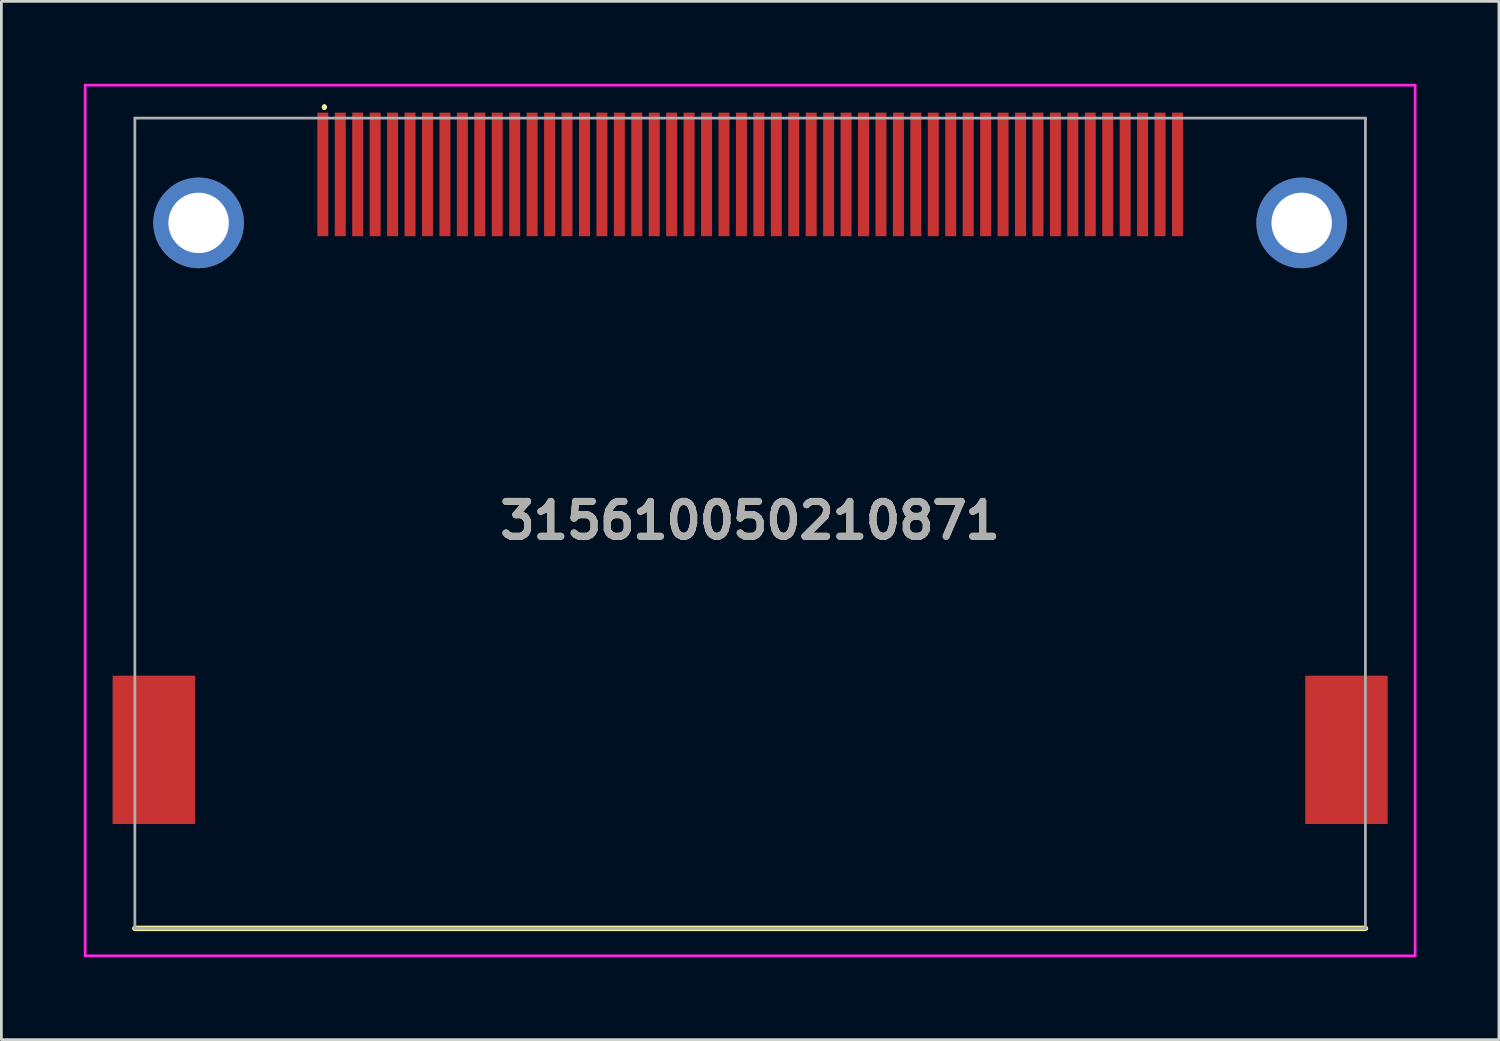
<source format=kicad_pcb>
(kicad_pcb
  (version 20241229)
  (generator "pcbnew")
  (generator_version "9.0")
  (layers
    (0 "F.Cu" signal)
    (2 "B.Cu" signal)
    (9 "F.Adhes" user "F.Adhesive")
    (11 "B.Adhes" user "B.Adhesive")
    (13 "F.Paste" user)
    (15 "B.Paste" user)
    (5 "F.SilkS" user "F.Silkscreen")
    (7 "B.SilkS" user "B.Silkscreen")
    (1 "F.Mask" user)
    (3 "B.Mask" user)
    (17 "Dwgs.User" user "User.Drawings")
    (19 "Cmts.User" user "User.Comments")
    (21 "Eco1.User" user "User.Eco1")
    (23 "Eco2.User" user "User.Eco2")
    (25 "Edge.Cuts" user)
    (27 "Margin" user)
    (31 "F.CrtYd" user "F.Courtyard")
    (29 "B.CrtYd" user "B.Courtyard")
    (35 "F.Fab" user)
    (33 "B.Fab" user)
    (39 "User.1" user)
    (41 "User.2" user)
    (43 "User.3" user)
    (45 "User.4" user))
  (footprint "315610050210871"
    (layer "F.Cu")
    (at 24.26 16)
    (property "Reference" "315610050210871" (at 0 -0.1 0) (layer "F.SilkS") (effects (font (size 1.27 1.27) (thickness 0.254))))
    (attr through_hole)
    (fp_line (start -22.4 14.75) (end 22.4 14.75) (stroke (width 0.2) (type solid)) (layer "F.SilkS"))
    (fp_line (start -15.5 -15.2) (end -15.5 -15.2) (stroke (width 0.1) (type solid)) (layer "F.SilkS"))
    (fp_line (start -15.5 -15.1) (end -15.5 -15.1) (stroke (width 0.1) (type solid)) (layer "F.SilkS"))
    (fp_arc (start -15.5 -15.2) (mid -15.45 -15.15) (end -15.5 -15.1) (stroke (width 0.1) (type solid)) (layer "F.SilkS"))
    (fp_arc (start -15.5 -15.1) (mid -15.55 -15.15) (end -15.5 -15.2) (stroke (width 0.1) (type solid)) (layer "F.SilkS"))
    (fp_line (start -24.21 -15.95) (end 24.21 -15.95) (stroke (width 0.1) (type solid)) (layer "F.CrtYd"))
    (fp_line (start -24.21 15.75) (end -24.21 -15.95) (stroke (width 0.1) (type solid)) (layer "F.CrtYd"))
    (fp_line (start 24.21 -15.95) (end 24.21 15.75) (stroke (width 0.1) (type solid)) (layer "F.CrtYd"))
    (fp_line (start 24.21 15.75) (end -24.21 15.75) (stroke (width 0.1) (type solid)) (layer "F.CrtYd"))
    (fp_line (start -22.4 -14.75) (end 22.4 -14.75) (stroke (width 0.1) (type solid)) (layer "F.Fab"))
    (fp_line (start -22.4 14.75) (end -22.4 -14.75) (stroke (width 0.1) (type solid)) (layer "F.Fab"))
    (fp_line (start 22.4 -14.75) (end 22.4 14.75) (stroke (width 0.1) (type solid)) (layer "F.Fab"))
    (fp_line (start 22.4 14.75) (end -22.4 14.75) (stroke (width 0.1) (type solid)) (layer "F.Fab"))
    (fp_text user "${REFERENCE}" (at 0 -0.1 0) (layer "F.Fab") (effects (font (size 1.27 1.27) (thickness 0.254))))
    (pad "" np_thru_hole circle (at -20.08 -8.25) (size 0.001 0.001) (drill 1.7) (layers "*.Cu" "*.Mask"))
    (pad "" np_thru_hole circle (at 20.08 -8.25) (size 0.001 0.001) (drill 1.7) (layers "*.Cu" "*.Mask"))
    (pad "1" smd rect (at -15.557 -12.7) (size 0.4 4.5) (layers "F.Cu" "F.Mask" "F.Paste"))
    (pad "2" smd rect (at -14.287 -12.7) (size 0.4 4.5) (layers "F.Cu" "F.Mask" "F.Paste"))
    (pad "3" smd rect (at -13.017 -12.7) (size 0.4 4.5) (layers "F.Cu" "F.Mask" "F.Paste"))
    (pad "4" smd rect (at -11.747 -12.7) (size 0.4 4.5) (layers "F.Cu" "F.Mask" "F.Paste"))
    (pad "5" smd rect (at -10.477 -12.7) (size 0.4 4.5) (layers "F.Cu" "F.Mask" "F.Paste"))
    (pad "6" smd rect (at -9.207 -12.7) (size 0.4 4.5) (layers "F.Cu" "F.Mask" "F.Paste"))
    (pad "7" smd rect (at -7.937 -12.7) (size 0.4 4.5) (layers "F.Cu" "F.Mask" "F.Paste"))
    (pad "8" smd rect (at -6.667 -12.7) (size 0.4 4.5) (layers "F.Cu" "F.Mask" "F.Paste"))
    (pad "9" smd rect (at -5.397 -12.7) (size 0.4 4.5) (layers "F.Cu" "F.Mask" "F.Paste"))
    (pad "10" smd rect (at -4.127 -12.7) (size 0.4 4.5) (layers "F.Cu" "F.Mask" "F.Paste"))
    (pad "11" smd rect (at -2.857 -12.7) (size 0.4 4.5) (layers "F.Cu" "F.Mask" "F.Paste"))
    (pad "12" smd rect (at -1.587 -12.7) (size 0.4 4.5) (layers "F.Cu" "F.Mask" "F.Paste"))
    (pad "13" smd rect (at -0.317 -12.7) (size 0.4 4.5) (layers "F.Cu" "F.Mask" "F.Paste"))
    (pad "14" smd rect (at 0.953 -12.7) (size 0.4 4.5) (layers "F.Cu" "F.Mask" "F.Paste"))
    (pad "15" smd rect (at 2.223 -12.7) (size 0.4 4.5) (layers "F.Cu" "F.Mask" "F.Paste"))
    (pad "16" smd rect (at 3.493 -12.7) (size 0.4 4.5) (layers "F.Cu" "F.Mask" "F.Paste"))
    (pad "17" smd rect (at 4.763 -12.7) (size 0.4 4.5) (layers "F.Cu" "F.Mask" "F.Paste"))
    (pad "18" smd rect (at 6.033 -12.7) (size 0.4 4.5) (layers "F.Cu" "F.Mask" "F.Paste"))
    (pad "19" smd rect (at 7.303 -12.7) (size 0.4 4.5) (layers "F.Cu" "F.Mask" "F.Paste"))
    (pad "20" smd rect (at 8.573 -12.7) (size 0.4 4.5) (layers "F.Cu" "F.Mask" "F.Paste"))
    (pad "21" smd rect (at 9.843 -12.7) (size 0.4 4.5) (layers "F.Cu" "F.Mask" "F.Paste"))
    (pad "22" smd rect (at 11.113 -12.7) (size 0.4 4.5) (layers "F.Cu" "F.Mask" "F.Paste"))
    (pad "23" smd rect (at 12.383 -12.7) (size 0.4 4.5) (layers "F.Cu" "F.Mask" "F.Paste"))
    (pad "24" smd rect (at 13.653 -12.7) (size 0.4 4.5) (layers "F.Cu" "F.Mask" "F.Paste"))
    (pad "25" smd rect (at 14.923 -12.7) (size 0.4 4.5) (layers "F.Cu" "F.Mask" "F.Paste"))
    (pad "26" smd rect (at -14.922 -12.7) (size 0.4 4.5) (layers "F.Cu" "F.Mask" "F.Paste"))
    (pad "27" smd rect (at -13.652 -12.7) (size 0.4 4.5) (layers "F.Cu" "F.Mask" "F.Paste"))
    (pad "28" smd rect (at -12.382 -12.7) (size 0.4 4.5) (layers "F.Cu" "F.Mask" "F.Paste"))
    (pad "29" smd rect (at -11.112 -12.7) (size 0.4 4.5) (layers "F.Cu" "F.Mask" "F.Paste"))
    (pad "30" smd rect (at -9.842 -12.7) (size 0.4 4.5) (layers "F.Cu" "F.Mask" "F.Paste"))
    (pad "31" smd rect (at -8.572 -12.7) (size 0.4 4.5) (layers "F.Cu" "F.Mask" "F.Paste"))
    (pad "32" smd rect (at -7.302 -12.7) (size 0.4 4.5) (layers "F.Cu" "F.Mask" "F.Paste"))
    (pad "33" smd rect (at -6.032 -12.7) (size 0.4 4.5) (layers "F.Cu" "F.Mask" "F.Paste"))
    (pad "34" smd rect (at -4.762 -12.7) (size 0.4 4.5) (layers "F.Cu" "F.Mask" "F.Paste"))
    (pad "35" smd rect (at -3.492 -12.7) (size 0.4 4.5) (layers "F.Cu" "F.Mask" "F.Paste"))
    (pad "36" smd rect (at -2.222 -12.7) (size 0.4 4.5) (layers "F.Cu" "F.Mask" "F.Paste"))
    (pad "37" smd rect (at -0.952 -12.7) (size 0.4 4.5) (layers "F.Cu" "F.Mask" "F.Paste"))
    (pad "38" smd rect (at 0.318 -12.7) (size 0.4 4.5) (layers "F.Cu" "F.Mask" "F.Paste"))
    (pad "39" smd rect (at 1.588 -12.7) (size 0.4 4.5) (layers "F.Cu" "F.Mask" "F.Paste"))
    (pad "40" smd rect (at 2.858 -12.7) (size 0.4 4.5) (layers "F.Cu" "F.Mask" "F.Paste"))
    (pad "41" smd rect (at 4.128 -12.7) (size 0.4 4.5) (layers "F.Cu" "F.Mask" "F.Paste"))
    (pad "42" smd rect (at 5.398 -12.7) (size 0.4 4.5) (layers "F.Cu" "F.Mask" "F.Paste"))
    (pad "43" smd rect (at 6.668 -12.7) (size 0.4 4.5) (layers "F.Cu" "F.Mask" "F.Paste"))
    (pad "44" smd rect (at 7.938 -12.7) (size 0.4 4.5) (layers "F.Cu" "F.Mask" "F.Paste"))
    (pad "45" smd rect (at 9.208 -12.7) (size 0.4 4.5) (layers "F.Cu" "F.Mask" "F.Paste"))
    (pad "46" smd rect (at 10.478 -12.7) (size 0.4 4.5) (layers "F.Cu" "F.Mask" "F.Paste"))
    (pad "47" smd rect (at 11.748 -12.7) (size 0.4 4.5) (layers "F.Cu" "F.Mask" "F.Paste"))
    (pad "48" smd rect (at 13.018 -12.7) (size 0.4 4.5) (layers "F.Cu" "F.Mask" "F.Paste"))
    (pad "49" smd rect (at 14.288 -12.7) (size 0.4 4.5) (layers "F.Cu" "F.Mask" "F.Paste"))
    (pad "50" smd rect (at 15.558 -12.7) (size 0.4 4.5) (layers "F.Cu" "F.Mask" "F.Paste"))
    (pad "MH3" thru_hole circle (at -20.08 -10.935) (size 3.3 3.3) (drill 2.2) (layers "*.Cu" "*.Mask"))
    (pad "MH4" thru_hole circle (at 20.08 -10.935) (size 3.3 3.3) (drill 2.2) (layers "*.Cu" "*.Mask"))
    (pad "MP1" smd rect (at -21.71 8.25) (size 3 5.4) (layers "F.Cu" "F.Mask" "F.Paste"))
    (pad "MP2" smd rect (at 21.71 8.25) (size 3 5.4) (layers "F.Cu" "F.Mask" "F.Paste")))
  (gr_rect
    (start -3 -3)
    (end 51.52 34.8)
    (stroke (width 0.1) (type default))
    (fill no)
    (layer "Edge.Cuts")))
</source>
